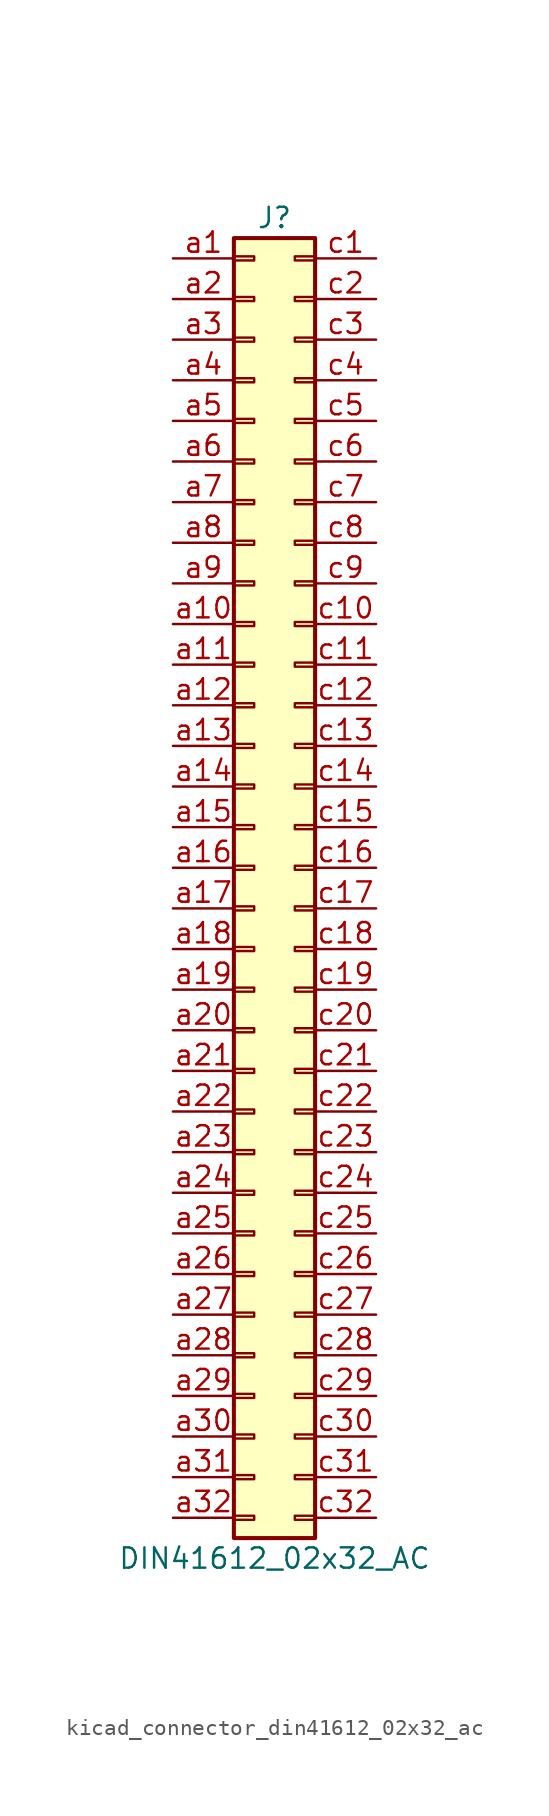
<source format=kicad_sym>
(kicad_symbol_lib
  (version 20220914)
  (generator kicad_symbol_editor)
  (symbol "kicad_connector_din41612_02x32_ac"
    (pin_names
      (offset 1.016) hide)
    (property "Reference" "J"
      (at 1.27 40.64 0)
      (effects (font (size 1.27 1.27))))
    (property "Value" "DIN41612_02x32_AC"
      (at 1.27 -43.18 0)
      (effects (font (size 1.27 1.27))))
    (symbol "kicad_connector_din41612_02x32_ac_1_1"
      (rectangle (start -1.27 -40.513) (end 0 -40.767) (stroke (width 0.152) (type default)) (fill (type none)))
      (rectangle (start -1.27 -37.973) (end 0 -38.227) (stroke (width 0.152) (type default)) (fill (type none)))
      (rectangle (start -1.27 -35.433) (end 0 -35.687) (stroke (width 0.152) (type default)) (fill (type none)))
      (rectangle (start -1.27 -32.893) (end 0 -33.147) (stroke (width 0.152) (type default)) (fill (type none)))
      (rectangle (start -1.27 -30.353) (end 0 -30.607) (stroke (width 0.152) (type default)) (fill (type none)))
      (rectangle (start -1.27 -27.813) (end 0 -28.067) (stroke (width 0.152) (type default)) (fill (type none)))
      (rectangle (start -1.27 -25.273) (end 0 -25.527) (stroke (width 0.152) (type default)) (fill (type none)))
      (rectangle (start -1.27 -22.733) (end 0 -22.987) (stroke (width 0.152) (type default)) (fill (type none)))
      (rectangle (start -1.27 -20.193) (end 0 -20.447) (stroke (width 0.152) (type default)) (fill (type none)))
      (rectangle (start -1.27 -17.653) (end 0 -17.907) (stroke (width 0.152) (type default)) (fill (type none)))
      (rectangle (start -1.27 -15.113) (end 0 -15.367) (stroke (width 0.152) (type default)) (fill (type none)))
      (rectangle (start -1.27 -12.573) (end 0 -12.827) (stroke (width 0.152) (type default)) (fill (type none)))
      (rectangle (start -1.27 -10.033) (end 0 -10.287) (stroke (width 0.152) (type default)) (fill (type none)))
      (rectangle (start -1.27 -7.493) (end 0 -7.747) (stroke (width 0.152) (type default)) (fill (type none)))
      (rectangle (start -1.27 -4.953) (end 0 -5.207) (stroke (width 0.152) (type default)) (fill (type none)))
      (rectangle (start -1.27 -2.413) (end 0 -2.667) (stroke (width 0.152) (type default)) (fill (type none)))
      (rectangle (start -1.27 0.127) (end 0 -0.127) (stroke (width 0.152) (type default)) (fill (type none)))
      (rectangle (start -1.27 2.667) (end 0 2.413) (stroke (width 0.152) (type default)) (fill (type none)))
      (rectangle (start -1.27 5.207) (end 0 4.953) (stroke (width 0.152) (type default)) (fill (type none)))
      (rectangle (start -1.27 7.747) (end 0 7.493) (stroke (width 0.152) (type default)) (fill (type none)))
      (rectangle (start -1.27 10.287) (end 0 10.033) (stroke (width 0.152) (type default)) (fill (type none)))
      (rectangle (start -1.27 12.827) (end 0 12.573) (stroke (width 0.152) (type default)) (fill (type none)))
      (rectangle (start -1.27 15.367) (end 0 15.113) (stroke (width 0.152) (type default)) (fill (type none)))
      (rectangle (start -1.27 17.907) (end 0 17.653) (stroke (width 0.152) (type default)) (fill (type none)))
      (rectangle (start -1.27 20.447) (end 0 20.193) (stroke (width 0.152) (type default)) (fill (type none)))
      (rectangle (start -1.27 22.987) (end 0 22.733) (stroke (width 0.152) (type default)) (fill (type none)))
      (rectangle (start -1.27 25.527) (end 0 25.273) (stroke (width 0.152) (type default)) (fill (type none)))
      (rectangle (start -1.27 28.067) (end 0 27.813) (stroke (width 0.152) (type default)) (fill (type none)))
      (rectangle (start -1.27 30.607) (end 0 30.353) (stroke (width 0.152) (type default)) (fill (type none)))
      (rectangle (start -1.27 33.147) (end 0 32.893) (stroke (width 0.152) (type default)) (fill (type none)))
      (rectangle (start -1.27 35.687) (end 0 35.433) (stroke (width 0.152) (type default)) (fill (type none)))
      (rectangle (start -1.27 38.227) (end 0 37.973) (stroke (width 0.152) (type default)) (fill (type none)))
      (rectangle (start -1.27 39.37) (end 3.81 -41.91) (stroke (width 0.254) (type default)) (fill (type background)))
      (rectangle (start 3.81 -40.513) (end 2.54 -40.767) (stroke (width 0.152) (type default)) (fill (type none)))
      (rectangle (start 3.81 -37.973) (end 2.54 -38.227) (stroke (width 0.152) (type default)) (fill (type none)))
      (rectangle (start 3.81 -35.433) (end 2.54 -35.687) (stroke (width 0.152) (type default)) (fill (type none)))
      (rectangle (start 3.81 -32.893) (end 2.54 -33.147) (stroke (width 0.152) (type default)) (fill (type none)))
      (rectangle (start 3.81 -30.353) (end 2.54 -30.607) (stroke (width 0.152) (type default)) (fill (type none)))
      (rectangle (start 3.81 -27.813) (end 2.54 -28.067) (stroke (width 0.152) (type default)) (fill (type none)))
      (rectangle (start 3.81 -25.273) (end 2.54 -25.527) (stroke (width 0.152) (type default)) (fill (type none)))
      (rectangle (start 3.81 -22.733) (end 2.54 -22.987) (stroke (width 0.152) (type default)) (fill (type none)))
      (rectangle (start 3.81 -20.193) (end 2.54 -20.447) (stroke (width 0.152) (type default)) (fill (type none)))
      (rectangle (start 3.81 -17.653) (end 2.54 -17.907) (stroke (width 0.152) (type default)) (fill (type none)))
      (rectangle (start 3.81 -15.113) (end 2.54 -15.367) (stroke (width 0.152) (type default)) (fill (type none)))
      (rectangle (start 3.81 -12.573) (end 2.54 -12.827) (stroke (width 0.152) (type default)) (fill (type none)))
      (rectangle (start 3.81 -10.033) (end 2.54 -10.287) (stroke (width 0.152) (type default)) (fill (type none)))
      (rectangle (start 3.81 -7.493) (end 2.54 -7.747) (stroke (width 0.152) (type default)) (fill (type none)))
      (rectangle (start 3.81 -4.953) (end 2.54 -5.207) (stroke (width 0.152) (type default)) (fill (type none)))
      (rectangle (start 3.81 -2.413) (end 2.54 -2.667) (stroke (width 0.152) (type default)) (fill (type none)))
      (rectangle (start 3.81 0.127) (end 2.54 -0.127) (stroke (width 0.152) (type default)) (fill (type none)))
      (rectangle (start 3.81 2.667) (end 2.54 2.413) (stroke (width 0.152) (type default)) (fill (type none)))
      (rectangle (start 3.81 5.207) (end 2.54 4.953) (stroke (width 0.152) (type default)) (fill (type none)))
      (rectangle (start 3.81 7.747) (end 2.54 7.493) (stroke (width 0.152) (type default)) (fill (type none)))
      (rectangle (start 3.81 10.287) (end 2.54 10.033) (stroke (width 0.152) (type default)) (fill (type none)))
      (rectangle (start 3.81 12.827) (end 2.54 12.573) (stroke (width 0.152) (type default)) (fill (type none)))
      (rectangle (start 3.81 15.367) (end 2.54 15.113) (stroke (width 0.152) (type default)) (fill (type none)))
      (rectangle (start 3.81 17.907) (end 2.54 17.653) (stroke (width 0.152) (type default)) (fill (type none)))
      (rectangle (start 3.81 20.447) (end 2.54 20.193) (stroke (width 0.152) (type default)) (fill (type none)))
      (rectangle (start 3.81 22.987) (end 2.54 22.733) (stroke (width 0.152) (type default)) (fill (type none)))
      (rectangle (start 3.81 25.527) (end 2.54 25.273) (stroke (width 0.152) (type default)) (fill (type none)))
      (rectangle (start 3.81 28.067) (end 2.54 27.813) (stroke (width 0.152) (type default)) (fill (type none)))
      (rectangle (start 3.81 30.607) (end 2.54 30.353) (stroke (width 0.152) (type default)) (fill (type none)))
      (rectangle (start 3.81 33.147) (end 2.54 32.893) (stroke (width 0.152) (type default)) (fill (type none)))
      (rectangle (start 3.81 35.687) (end 2.54 35.433) (stroke (width 0.152) (type default)) (fill (type none)))
      (rectangle (start 3.81 38.227) (end 2.54 37.973) (stroke (width 0.152) (type default)) (fill (type none)))
      (pin passive line (at -5.08 38.1 0) (length 3.81) (name "Pin_a1" (effects (font (size 1.27 1.27)))) (number "a1" (effects (font (size 1.27 1.27)))))
      (pin passive line (at -5.08 15.24 0) (length 3.81) (name "Pin_a10" (effects (font (size 1.27 1.27)))) (number "a10" (effects (font (size 1.27 1.27)))))
      (pin passive line (at -5.08 12.7 0) (length 3.81) (name "Pin_a11" (effects (font (size 1.27 1.27)))) (number "a11" (effects (font (size 1.27 1.27)))))
      (pin passive line (at -5.08 10.16 0) (length 3.81) (name "Pin_a12" (effects (font (size 1.27 1.27)))) (number "a12" (effects (font (size 1.27 1.27)))))
      (pin passive line (at -5.08 7.62 0) (length 3.81) (name "Pin_a13" (effects (font (size 1.27 1.27)))) (number "a13" (effects (font (size 1.27 1.27)))))
      (pin passive line (at -5.08 5.08 0) (length 3.81) (name "Pin_a14" (effects (font (size 1.27 1.27)))) (number "a14" (effects (font (size 1.27 1.27)))))
      (pin passive line (at -5.08 2.54 0) (length 3.81) (name "Pin_a15" (effects (font (size 1.27 1.27)))) (number "a15" (effects (font (size 1.27 1.27)))))
      (pin passive line (at -5.08 0 0) (length 3.81) (name "Pin_a16" (effects (font (size 1.27 1.27)))) (number "a16" (effects (font (size 1.27 1.27)))))
      (pin passive line (at -5.08 -2.54 0) (length 3.81) (name "Pin_a17" (effects (font (size 1.27 1.27)))) (number "a17" (effects (font (size 1.27 1.27)))))
      (pin passive line (at -5.08 -5.08 0) (length 3.81) (name "Pin_a18" (effects (font (size 1.27 1.27)))) (number "a18" (effects (font (size 1.27 1.27)))))
      (pin passive line (at -5.08 -7.62 0) (length 3.81) (name "Pin_a19" (effects (font (size 1.27 1.27)))) (number "a19" (effects (font (size 1.27 1.27)))))
      (pin passive line (at -5.08 35.56 0) (length 3.81) (name "Pin_a2" (effects (font (size 1.27 1.27)))) (number "a2" (effects (font (size 1.27 1.27)))))
      (pin passive line (at -5.08 -10.16 0) (length 3.81) (name "Pin_a20" (effects (font (size 1.27 1.27)))) (number "a20" (effects (font (size 1.27 1.27)))))
      (pin passive line (at -5.08 -12.7 0) (length 3.81) (name "Pin_a21" (effects (font (size 1.27 1.27)))) (number "a21" (effects (font (size 1.27 1.27)))))
      (pin passive line (at -5.08 -15.24 0) (length 3.81) (name "Pin_a22" (effects (font (size 1.27 1.27)))) (number "a22" (effects (font (size 1.27 1.27)))))
      (pin passive line (at -5.08 -17.78 0) (length 3.81) (name "Pin_a23" (effects (font (size 1.27 1.27)))) (number "a23" (effects (font (size 1.27 1.27)))))
      (pin passive line (at -5.08 -20.32 0) (length 3.81) (name "Pin_a24" (effects (font (size 1.27 1.27)))) (number "a24" (effects (font (size 1.27 1.27)))))
      (pin passive line (at -5.08 -22.86 0) (length 3.81) (name "Pin_a25" (effects (font (size 1.27 1.27)))) (number "a25" (effects (font (size 1.27 1.27)))))
      (pin passive line (at -5.08 -25.4 0) (length 3.81) (name "Pin_a26" (effects (font (size 1.27 1.27)))) (number "a26" (effects (font (size 1.27 1.27)))))
      (pin passive line (at -5.08 -27.94 0) (length 3.81) (name "Pin_a27" (effects (font (size 1.27 1.27)))) (number "a27" (effects (font (size 1.27 1.27)))))
      (pin passive line (at -5.08 -30.48 0) (length 3.81) (name "Pin_a28" (effects (font (size 1.27 1.27)))) (number "a28" (effects (font (size 1.27 1.27)))))
      (pin passive line (at -5.08 -33.02 0) (length 3.81) (name "Pin_a29" (effects (font (size 1.27 1.27)))) (number "a29" (effects (font (size 1.27 1.27)))))
      (pin passive line (at -5.08 33.02 0) (length 3.81) (name "Pin_a3" (effects (font (size 1.27 1.27)))) (number "a3" (effects (font (size 1.27 1.27)))))
      (pin passive line (at -5.08 -35.56 0) (length 3.81) (name "Pin_a30" (effects (font (size 1.27 1.27)))) (number "a30" (effects (font (size 1.27 1.27)))))
      (pin passive line (at -5.08 -38.1 0) (length 3.81) (name "Pin_a31" (effects (font (size 1.27 1.27)))) (number "a31" (effects (font (size 1.27 1.27)))))
      (pin passive line (at -5.08 -40.64 0) (length 3.81) (name "Pin_a32" (effects (font (size 1.27 1.27)))) (number "a32" (effects (font (size 1.27 1.27)))))
      (pin passive line (at -5.08 30.48 0) (length 3.81) (name "Pin_a4" (effects (font (size 1.27 1.27)))) (number "a4" (effects (font (size 1.27 1.27)))))
      (pin passive line (at -5.08 27.94 0) (length 3.81) (name "Pin_a5" (effects (font (size 1.27 1.27)))) (number "a5" (effects (font (size 1.27 1.27)))))
      (pin passive line (at -5.08 25.4 0) (length 3.81) (name "Pin_a6" (effects (font (size 1.27 1.27)))) (number "a6" (effects (font (size 1.27 1.27)))))
      (pin passive line (at -5.08 22.86 0) (length 3.81) (name "Pin_a7" (effects (font (size 1.27 1.27)))) (number "a7" (effects (font (size 1.27 1.27)))))
      (pin passive line (at -5.08 20.32 0) (length 3.81) (name "Pin_a8" (effects (font (size 1.27 1.27)))) (number "a8" (effects (font (size 1.27 1.27)))))
      (pin passive line (at -5.08 17.78 0) (length 3.81) (name "Pin_a9" (effects (font (size 1.27 1.27)))) (number "a9" (effects (font (size 1.27 1.27)))))
      (pin passive line (at 7.62 38.1 180) (length 3.81) (name "Pin_c1" (effects (font (size 1.27 1.27)))) (number "c1" (effects (font (size 1.27 1.27)))))
      (pin passive line (at 7.62 15.24 180) (length 3.81) (name "Pin_c10" (effects (font (size 1.27 1.27)))) (number "c10" (effects (font (size 1.27 1.27)))))
      (pin passive line (at 7.62 12.7 180) (length 3.81) (name "Pin_c11" (effects (font (size 1.27 1.27)))) (number "c11" (effects (font (size 1.27 1.27)))))
      (pin passive line (at 7.62 10.16 180) (length 3.81) (name "Pin_c12" (effects (font (size 1.27 1.27)))) (number "c12" (effects (font (size 1.27 1.27)))))
      (pin passive line (at 7.62 7.62 180) (length 3.81) (name "Pin_c13" (effects (font (size 1.27 1.27)))) (number "c13" (effects (font (size 1.27 1.27)))))
      (pin passive line (at 7.62 5.08 180) (length 3.81) (name "Pin_c14" (effects (font (size 1.27 1.27)))) (number "c14" (effects (font (size 1.27 1.27)))))
      (pin passive line (at 7.62 2.54 180) (length 3.81) (name "Pin_c15" (effects (font (size 1.27 1.27)))) (number "c15" (effects (font (size 1.27 1.27)))))
      (pin passive line (at 7.62 0 180) (length 3.81) (name "Pin_c16" (effects (font (size 1.27 1.27)))) (number "c16" (effects (font (size 1.27 1.27)))))
      (pin passive line (at 7.62 -2.54 180) (length 3.81) (name "Pin_c17" (effects (font (size 1.27 1.27)))) (number "c17" (effects (font (size 1.27 1.27)))))
      (pin passive line (at 7.62 -5.08 180) (length 3.81) (name "Pin_c18" (effects (font (size 1.27 1.27)))) (number "c18" (effects (font (size 1.27 1.27)))))
      (pin passive line (at 7.62 -7.62 180) (length 3.81) (name "Pin_c19" (effects (font (size 1.27 1.27)))) (number "c19" (effects (font (size 1.27 1.27)))))
      (pin passive line (at 7.62 35.56 180) (length 3.81) (name "Pin_c2" (effects (font (size 1.27 1.27)))) (number "c2" (effects (font (size 1.27 1.27)))))
      (pin passive line (at 7.62 -10.16 180) (length 3.81) (name "Pin_c20" (effects (font (size 1.27 1.27)))) (number "c20" (effects (font (size 1.27 1.27)))))
      (pin passive line (at 7.62 -12.7 180) (length 3.81) (name "Pin_c21" (effects (font (size 1.27 1.27)))) (number "c21" (effects (font (size 1.27 1.27)))))
      (pin passive line (at 7.62 -15.24 180) (length 3.81) (name "Pin_c22" (effects (font (size 1.27 1.27)))) (number "c22" (effects (font (size 1.27 1.27)))))
      (pin passive line (at 7.62 -17.78 180) (length 3.81) (name "Pin_c23" (effects (font (size 1.27 1.27)))) (number "c23" (effects (font (size 1.27 1.27)))))
      (pin passive line (at 7.62 -20.32 180) (length 3.81) (name "Pin_c24" (effects (font (size 1.27 1.27)))) (number "c24" (effects (font (size 1.27 1.27)))))
      (pin passive line (at 7.62 -22.86 180) (length 3.81) (name "Pin_c25" (effects (font (size 1.27 1.27)))) (number "c25" (effects (font (size 1.27 1.27)))))
      (pin passive line (at 7.62 -25.4 180) (length 3.81) (name "Pin_c26" (effects (font (size 1.27 1.27)))) (number "c26" (effects (font (size 1.27 1.27)))))
      (pin passive line (at 7.62 -27.94 180) (length 3.81) (name "Pin_c27" (effects (font (size 1.27 1.27)))) (number "c27" (effects (font (size 1.27 1.27)))))
      (pin passive line (at 7.62 -30.48 180) (length 3.81) (name "Pin_c28" (effects (font (size 1.27 1.27)))) (number "c28" (effects (font (size 1.27 1.27)))))
      (pin passive line (at 7.62 -33.02 180) (length 3.81) (name "Pin_c29" (effects (font (size 1.27 1.27)))) (number "c29" (effects (font (size 1.27 1.27)))))
      (pin passive line (at 7.62 33.02 180) (length 3.81) (name "Pin_c3" (effects (font (size 1.27 1.27)))) (number "c3" (effects (font (size 1.27 1.27)))))
      (pin passive line (at 7.62 -35.56 180) (length 3.81) (name "Pin_c30" (effects (font (size 1.27 1.27)))) (number "c30" (effects (font (size 1.27 1.27)))))
      (pin passive line (at 7.62 -38.1 180) (length 3.81) (name "Pin_c31" (effects (font (size 1.27 1.27)))) (number "c31" (effects (font (size 1.27 1.27)))))
      (pin passive line (at 7.62 -40.64 180) (length 3.81) (name "Pin_c32" (effects (font (size 1.27 1.27)))) (number "c32" (effects (font (size 1.27 1.27)))))
      (pin passive line (at 7.62 30.48 180) (length 3.81) (name "Pin_c4" (effects (font (size 1.27 1.27)))) (number "c4" (effects (font (size 1.27 1.27)))))
      (pin passive line (at 7.62 27.94 180) (length 3.81) (name "Pin_c5" (effects (font (size 1.27 1.27)))) (number "c5" (effects (font (size 1.27 1.27)))))
      (pin passive line (at 7.62 25.4 180) (length 3.81) (name "Pin_c6" (effects (font (size 1.27 1.27)))) (number "c6" (effects (font (size 1.27 1.27)))))
      (pin passive line (at 7.62 22.86 180) (length 3.81) (name "Pin_c7" (effects (font (size 1.27 1.27)))) (number "c7" (effects (font (size 1.27 1.27)))))
      (pin passive line (at 7.62 20.32 180) (length 3.81) (name "Pin_c8" (effects (font (size 1.27 1.27)))) (number "c8" (effects (font (size 1.27 1.27)))))
      (pin passive line (at 7.62 17.78 180) (length 3.81) (name "Pin_c9" (effects (font (size 1.27 1.27)))) (number "c9" (effects (font (size 1.27 1.27))))))))
</source>
